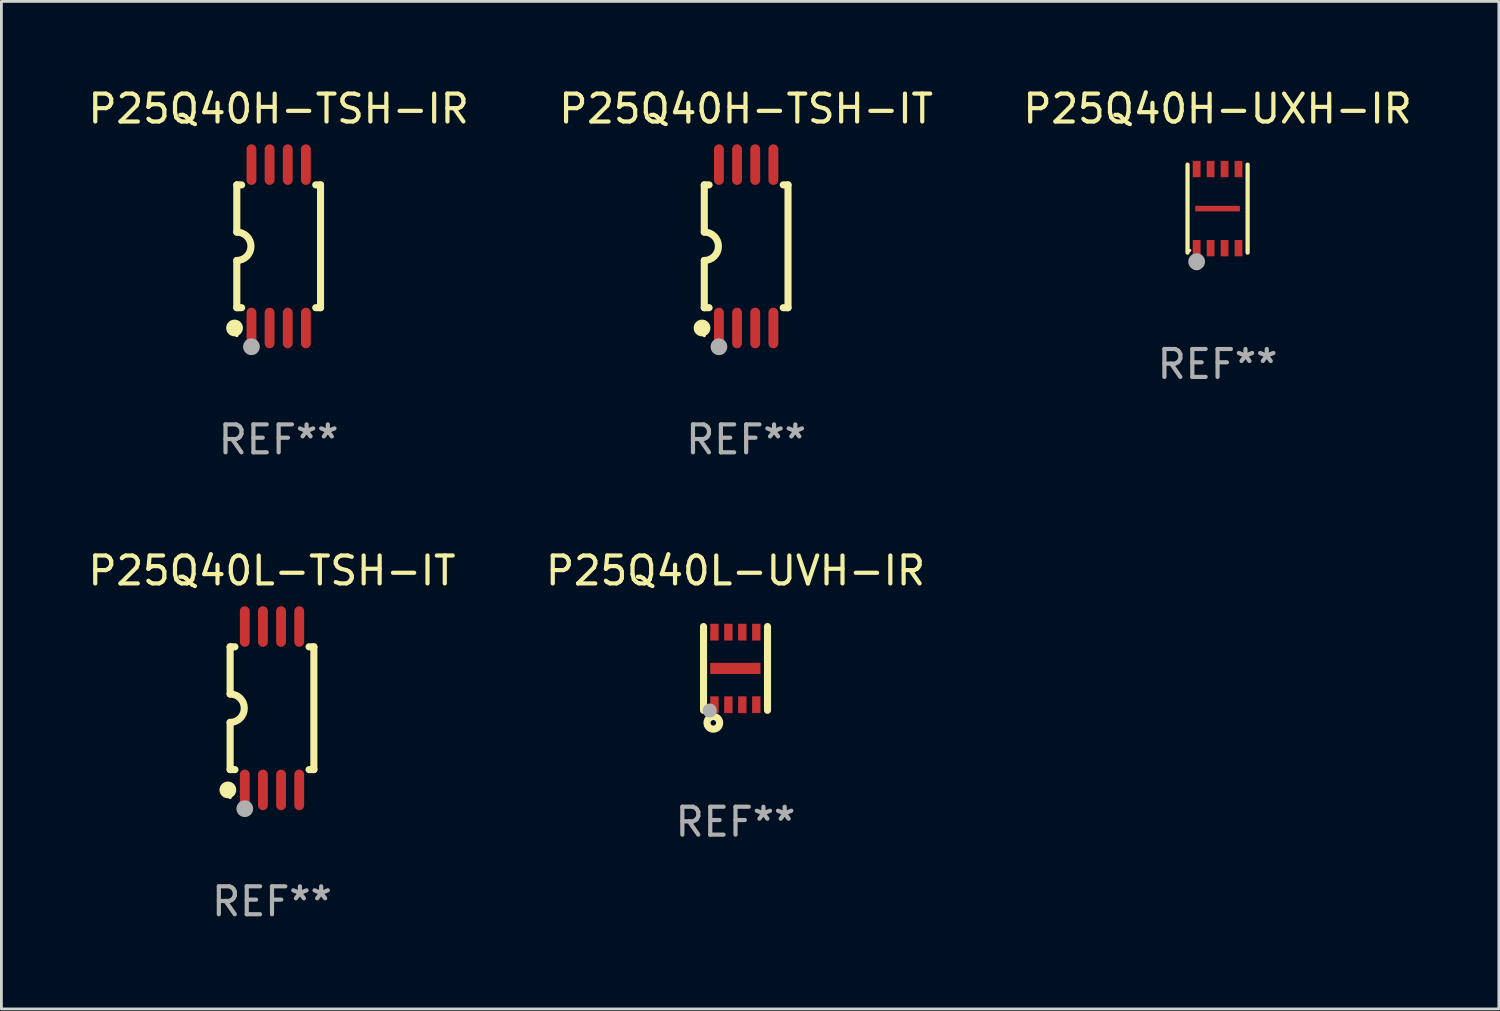
<source format=kicad_pcb>
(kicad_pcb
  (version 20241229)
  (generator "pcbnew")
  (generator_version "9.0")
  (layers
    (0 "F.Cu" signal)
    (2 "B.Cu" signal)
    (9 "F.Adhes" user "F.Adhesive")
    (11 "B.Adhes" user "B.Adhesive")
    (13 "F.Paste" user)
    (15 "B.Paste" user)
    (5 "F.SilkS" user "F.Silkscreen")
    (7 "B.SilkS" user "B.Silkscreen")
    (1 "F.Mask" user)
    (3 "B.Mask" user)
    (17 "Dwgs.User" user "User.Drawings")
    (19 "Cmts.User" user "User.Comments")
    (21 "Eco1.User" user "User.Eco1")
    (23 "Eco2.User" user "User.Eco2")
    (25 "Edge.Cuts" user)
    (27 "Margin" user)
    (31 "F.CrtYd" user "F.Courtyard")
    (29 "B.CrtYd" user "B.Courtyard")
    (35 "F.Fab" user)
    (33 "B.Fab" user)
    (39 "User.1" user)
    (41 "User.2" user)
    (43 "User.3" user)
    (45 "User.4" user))
  (footprint "P25Q40H-TSH-IR"
    (layer "F.Cu")
    (at 6.935 5.775)
    (property "Reference" "P25Q40H-TSH-IR" (at 0 -4.927 0) (layer "F.SilkS") (effects (font (size 1 1) (thickness 0.15))))
    (attr through_hole)
    (fp_line (start -1.5 -2.2) (end -1.5 -0.508) (stroke (width 0.254) (type solid)) (layer "F.SilkS"))
    (fp_line (start -1.5 -2.2) (end -1.328 -2.2) (stroke (width 0.254) (type solid)) (layer "F.SilkS"))
    (fp_line (start -1.5 2.2) (end -1.5 0.508) (stroke (width 0.254) (type solid)) (layer "F.SilkS"))
    (fp_line (start -1.5 2.2) (end -1.328 2.2) (stroke (width 0.254) (type solid)) (layer "F.SilkS"))
    (fp_line (start 1.328 -2.2) (end 1.5 -2.2) (stroke (width 0.254) (type solid)) (layer "F.SilkS"))
    (fp_line (start 1.328 2.2) (end 1.5 2.2) (stroke (width 0.254) (type solid)) (layer "F.SilkS"))
    (fp_line (start 1.5 -2.2) (end 1.5 2.2) (stroke (width 0.254) (type solid)) (layer "F.SilkS"))
    (fp_arc (start -1.501144 -0.508) (mid -0.993143 -0.000571) (end -1.5 0.508001) (stroke (width 0.254001) (type solid)) (layer "F.SilkS"))
    (fp_circle (center -1.581 2.927) (end -1.431 2.927) (stroke (width 0.3) (type solid)) (fill no) (layer "F.SilkS"))
    (fp_circle (center -1.5 3.2) (end -1.47 3.2) (stroke (width 0.06) (type solid)) (fill no) (layer "F.SilkS"))
    (fp_circle (center -0.975 3.6) (end -0.825 3.6) (stroke (width 0.3) (type solid)) (fill no) (layer "F.Fab"))
    (fp_text user "REF**" (at 0 6.927 0) (layer "F.Fab") (effects (font (size 1 1) (thickness 0.15))))
    (pad "1" smd oval (at -0.975 2.927) (size 0.353 1.454) (layers "F.Cu" "F.Mask" "F.Paste"))
    (pad "2" smd oval (at -0.325 2.927) (size 0.353 1.454) (layers "F.Cu" "F.Mask" "F.Paste"))
    (pad "3" smd oval (at 0.325 2.927) (size 0.353 1.454) (layers "F.Cu" "F.Mask" "F.Paste"))
    (pad "4" smd oval (at 0.975 2.927) (size 0.353 1.454) (layers "F.Cu" "F.Mask" "F.Paste"))
    (pad "5" smd oval (at 0.975 -2.927) (size 0.353 1.454) (layers "F.Cu" "F.Mask" "F.Paste"))
    (pad "6" smd oval (at 0.325 -2.927) (size 0.353 1.454) (layers "F.Cu" "F.Mask" "F.Paste"))
    (pad "7" smd oval (at -0.325 -2.927) (size 0.353 1.454) (layers "F.Cu" "F.Mask" "F.Paste"))
    (pad "8" smd oval (at -0.975 -2.927) (size 0.353 1.454) (layers "F.Cu" "F.Mask" "F.Paste")))
  (footprint "P25Q40L-TSH-IT"
    (layer "F.Cu")
    (at 6.696 22.326)
    (property "Reference" "P25Q40L-TSH-IT" (at 0 -4.927 0) (layer "F.SilkS") (effects (font (size 1 1) (thickness 0.15))))
    (attr through_hole)
    (fp_line (start -1.5 -2.2) (end -1.5 -0.508) (stroke (width 0.254) (type solid)) (layer "F.SilkS"))
    (fp_line (start -1.5 -2.2) (end -1.328 -2.2) (stroke (width 0.254) (type solid)) (layer "F.SilkS"))
    (fp_line (start -1.5 2.2) (end -1.5 0.508) (stroke (width 0.254) (type solid)) (layer "F.SilkS"))
    (fp_line (start -1.5 2.2) (end -1.328 2.2) (stroke (width 0.254) (type solid)) (layer "F.SilkS"))
    (fp_line (start 1.328 -2.2) (end 1.5 -2.2) (stroke (width 0.254) (type solid)) (layer "F.SilkS"))
    (fp_line (start 1.328 2.2) (end 1.5 2.2) (stroke (width 0.254) (type solid)) (layer "F.SilkS"))
    (fp_line (start 1.5 -2.2) (end 1.5 2.2) (stroke (width 0.254) (type solid)) (layer "F.SilkS"))
    (fp_arc (start -1.501144 -0.508) (mid -0.993143 -0.000571) (end -1.5 0.508001) (stroke (width 0.254001) (type solid)) (layer "F.SilkS"))
    (fp_circle (center -1.581 2.927) (end -1.431 2.927) (stroke (width 0.3) (type solid)) (fill no) (layer "F.SilkS"))
    (fp_circle (center -1.5 3.2) (end -1.47 3.2) (stroke (width 0.06) (type solid)) (fill no) (layer "F.SilkS"))
    (fp_circle (center -0.975 3.6) (end -0.825 3.6) (stroke (width 0.3) (type solid)) (fill no) (layer "F.Fab"))
    (fp_text user "REF**" (at 0 6.927 0) (layer "F.Fab") (effects (font (size 1 1) (thickness 0.15))))
    (pad "1" smd oval (at -0.975 2.927) (size 0.353 1.454) (layers "F.Cu" "F.Mask" "F.Paste"))
    (pad "2" smd oval (at -0.325 2.927) (size 0.353 1.454) (layers "F.Cu" "F.Mask" "F.Paste"))
    (pad "3" smd oval (at 0.325 2.927) (size 0.353 1.454) (layers "F.Cu" "F.Mask" "F.Paste"))
    (pad "4" smd oval (at 0.975 2.927) (size 0.353 1.454) (layers "F.Cu" "F.Mask" "F.Paste"))
    (pad "5" smd oval (at 0.975 -2.927) (size 0.353 1.454) (layers "F.Cu" "F.Mask" "F.Paste"))
    (pad "6" smd oval (at 0.325 -2.927) (size 0.353 1.454) (layers "F.Cu" "F.Mask" "F.Paste"))
    (pad "7" smd oval (at -0.325 -2.927) (size 0.353 1.454) (layers "F.Cu" "F.Mask" "F.Paste"))
    (pad "8" smd oval (at -0.975 -2.927) (size 0.353 1.454) (layers "F.Cu" "F.Mask" "F.Paste")))
  (footprint "P25Q40H-TSH-IT"
    (layer "F.Cu")
    (at 23.685 5.775)
    (property "Reference" "P25Q40H-TSH-IT" (at 0 -4.927 0) (layer "F.SilkS") (effects (font (size 1 1) (thickness 0.15))))
    (attr through_hole)
    (fp_line (start -1.5 -2.2) (end -1.5 -0.508) (stroke (width 0.254) (type solid)) (layer "F.SilkS"))
    (fp_line (start -1.5 -2.2) (end -1.328 -2.2) (stroke (width 0.254) (type solid)) (layer "F.SilkS"))
    (fp_line (start -1.5 2.2) (end -1.5 0.508) (stroke (width 0.254) (type solid)) (layer "F.SilkS"))
    (fp_line (start -1.5 2.2) (end -1.328 2.2) (stroke (width 0.254) (type solid)) (layer "F.SilkS"))
    (fp_line (start 1.328 -2.2) (end 1.5 -2.2) (stroke (width 0.254) (type solid)) (layer "F.SilkS"))
    (fp_line (start 1.328 2.2) (end 1.5 2.2) (stroke (width 0.254) (type solid)) (layer "F.SilkS"))
    (fp_line (start 1.5 -2.2) (end 1.5 2.2) (stroke (width 0.254) (type solid)) (layer "F.SilkS"))
    (fp_arc (start -1.501144 -0.508) (mid -0.993143 -0.000571) (end -1.5 0.508001) (stroke (width 0.254001) (type solid)) (layer "F.SilkS"))
    (fp_circle (center -1.581 2.927) (end -1.431 2.927) (stroke (width 0.3) (type solid)) (fill no) (layer "F.SilkS"))
    (fp_circle (center -1.5 3.2) (end -1.47 3.2) (stroke (width 0.06) (type solid)) (fill no) (layer "F.SilkS"))
    (fp_circle (center -0.975 3.6) (end -0.825 3.6) (stroke (width 0.3) (type solid)) (fill no) (layer "F.Fab"))
    (fp_text user "REF**" (at 0 6.927 0) (layer "F.Fab") (effects (font (size 1 1) (thickness 0.15))))
    (pad "1" smd oval (at -0.975 2.927) (size 0.353 1.454) (layers "F.Cu" "F.Mask" "F.Paste"))
    (pad "2" smd oval (at -0.325 2.927) (size 0.353 1.454) (layers "F.Cu" "F.Mask" "F.Paste"))
    (pad "3" smd oval (at 0.325 2.927) (size 0.353 1.454) (layers "F.Cu" "F.Mask" "F.Paste"))
    (pad "4" smd oval (at 0.975 2.927) (size 0.353 1.454) (layers "F.Cu" "F.Mask" "F.Paste"))
    (pad "5" smd oval (at 0.975 -2.927) (size 0.353 1.454) (layers "F.Cu" "F.Mask" "F.Paste"))
    (pad "6" smd oval (at 0.325 -2.927) (size 0.353 1.454) (layers "F.Cu" "F.Mask" "F.Paste"))
    (pad "7" smd oval (at -0.325 -2.927) (size 0.353 1.454) (layers "F.Cu" "F.Mask" "F.Paste"))
    (pad "8" smd oval (at -0.975 -2.927) (size 0.353 1.454) (layers "F.Cu" "F.Mask" "F.Paste")))
  (footprint "P25Q40L-UVH-IR"
    (layer "F.Cu")
    (at 23.304 20.9)
    (property "Reference" "P25Q40L-UVH-IR" (at 0 -3.501 0) (layer "F.SilkS") (effects (font (size 1 1) (thickness 0.15))))
    (attr through_hole)
    (fp_line (start -1.146 -1.501) (end -1.146 1.501) (stroke (width 0.254) (type solid)) (layer "F.SilkS"))
    (fp_line (start 1.146 -1.501) (end 1.146 1.501) (stroke (width 0.254) (type solid)) (layer "F.SilkS"))
    (fp_circle (center -1.005 1.5) (end -0.975 1.5) (stroke (width 0.06) (type solid)) (fill no) (layer "F.SilkS"))
    (fp_circle (center -0.795 1.95) (end -0.695 1.95) (stroke (width 0.254) (type solid)) (fill no) (layer "F.SilkS"))
    (fp_circle (center -0.925 1.51) (end -0.798 1.51) (stroke (width 0.254) (type solid)) (fill no) (layer "F.Fab"))
    (fp_text user "REF**" (at 0 5.501 0) (layer "F.Fab") (effects (font (size 1 1) (thickness 0.15))))
    (pad "1" smd rect (at -0.755 1.3) (size 0.3 0.6) (layers "F.Cu" "F.Mask" "F.Paste"))
    (pad "2" smd rect (at -0.255 1.3) (size 0.3 0.6) (layers "F.Cu" "F.Mask" "F.Paste"))
    (pad "3" smd rect (at 0.245 1.3) (size 0.3 0.6) (layers "F.Cu" "F.Mask" "F.Paste"))
    (pad "4" smd rect (at 0.745 1.3) (size 0.3 0.6) (layers "F.Cu" "F.Mask" "F.Paste"))
    (pad "5" smd rect (at 0.745 -1.3) (size 0.3 0.6) (layers "F.Cu" "F.Mask" "F.Paste"))
    (pad "6" smd rect (at 0.245 -1.3) (size 0.3 0.6) (layers "F.Cu" "F.Mask" "F.Paste"))
    (pad "7" smd rect (at -0.255 -1.3) (size 0.3 0.6) (layers "F.Cu" "F.Mask" "F.Paste"))
    (pad "8" smd rect (at -0.755 -1.3) (size 0.3 0.6) (layers "F.Cu" "F.Mask" "F.Paste"))
    (pad "9" smd rect (at -0.005 0 90) (size 0.4 1.8) (layers "F.Cu" "F.Mask" "F.Paste")))
  (footprint "P25Q40H-UXH-IR"
    (layer "F.Cu")
    (at 40.577 4.424)
    (property "Reference" "P25Q40H-UXH-IR" (at 0 -3.576 0) (layer "F.SilkS") (effects (font (size 1 1) (thickness 0.15))))
    (attr through_hole)
    (fp_line (start -1.076 1.576) (end -1.076 -1.576) (stroke (width 0.152) (type solid)) (layer "F.SilkS"))
    (fp_line (start 1.076 -1.576) (end 1.076 1.576) (stroke (width 0.152) (type solid)) (layer "F.SilkS"))
    (fp_circle (center -1 1.5) (end -0.97 1.5) (stroke (width 0.06) (type solid)) (fill no) (layer "F.SilkS"))
    (fp_circle (center -0.75 2.01) (end -0.65 2.01) (stroke (width 0.2) (type solid)) (fill no) (layer "F.SilkS"))
    (fp_circle (center -0.75 1.9) (end -0.6 1.9) (stroke (width 0.3) (type solid)) (fill no) (layer "F.Fab"))
    (fp_text user "REF**" (at 0 5.576 0) (layer "F.Fab") (effects (font (size 1 1) (thickness 0.15))))
    (pad "1" smd rect (at -0.75 1.418) (size 0.28 0.585) (layers "F.Cu" "F.Mask" "F.Paste"))
    (pad "2" smd rect (at -0.25 1.418) (size 0.28 0.585) (layers "F.Cu" "F.Mask" "F.Paste"))
    (pad "3" smd rect (at 0.25 1.418) (size 0.28 0.585) (layers "F.Cu" "F.Mask" "F.Paste"))
    (pad "4" smd rect (at 0.75 1.418) (size 0.28 0.585) (layers "F.Cu" "F.Mask" "F.Paste"))
    (pad "5" smd rect (at 0.75 -1.418) (size 0.28 0.585) (layers "F.Cu" "F.Mask" "F.Paste"))
    (pad "6" smd rect (at 0.25 -1.418) (size 0.28 0.585) (layers "F.Cu" "F.Mask" "F.Paste"))
    (pad "7" smd rect (at -0.25 -1.418) (size 0.28 0.585) (layers "F.Cu" "F.Mask" "F.Paste"))
    (pad "8" smd rect (at -0.75 -1.418) (size 0.28 0.585) (layers "F.Cu" "F.Mask" "F.Paste"))
    (pad "9" smd rect (at 0 0) (size 1.6 0.2) (layers "F.Cu" "F.Mask" "F.Paste")))
  (gr_rect
    (start -3 -3)
    (end 50.655 33.101)
    (stroke (width 0.1) (type default))
    (fill no)
    (layer "Edge.Cuts")))
</source>
